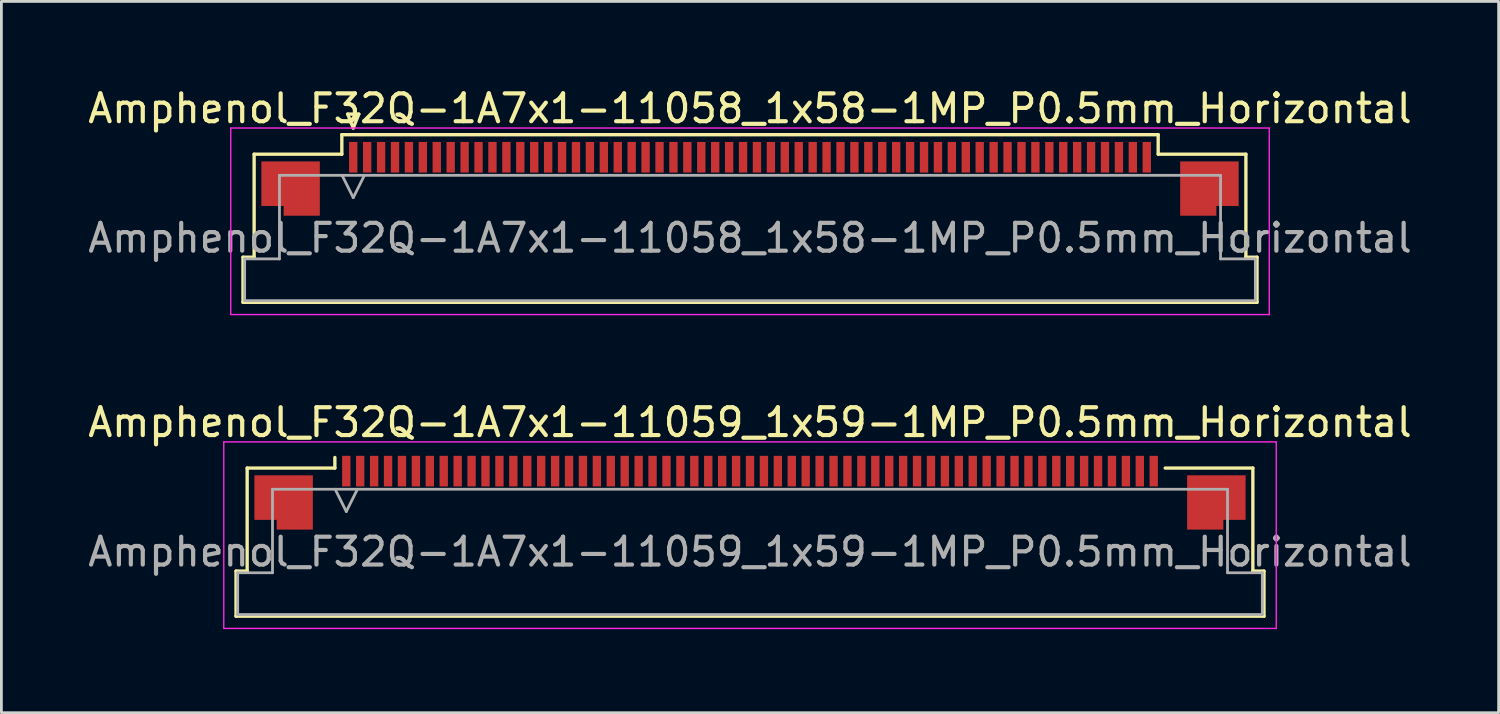
<source format=kicad_pcb>
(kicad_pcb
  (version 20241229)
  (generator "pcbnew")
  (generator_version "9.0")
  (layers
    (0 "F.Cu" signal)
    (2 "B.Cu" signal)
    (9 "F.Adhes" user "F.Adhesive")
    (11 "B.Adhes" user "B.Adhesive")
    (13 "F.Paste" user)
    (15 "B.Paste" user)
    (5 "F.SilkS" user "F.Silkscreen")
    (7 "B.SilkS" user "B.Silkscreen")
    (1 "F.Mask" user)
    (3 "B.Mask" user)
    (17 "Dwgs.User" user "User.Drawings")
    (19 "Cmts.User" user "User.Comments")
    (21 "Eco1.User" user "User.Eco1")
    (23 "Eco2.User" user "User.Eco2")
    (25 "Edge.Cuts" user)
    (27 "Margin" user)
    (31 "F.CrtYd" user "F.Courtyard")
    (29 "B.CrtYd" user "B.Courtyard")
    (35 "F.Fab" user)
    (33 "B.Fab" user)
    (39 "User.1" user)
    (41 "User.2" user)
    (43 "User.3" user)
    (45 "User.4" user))
  (footprint "Amphenol_F32Q-1A7x1-11059_1x59-1MP_P0.5mm_Horizontal"
    (layer "F.Cu")
    (at 23.887 16.771)
    (property "Reference" "Amphenol_F32Q-1A7x1-11059_1x59-1MP_P0.5mm_Horizontal" (at 0 -4.65 0) (layer "F.SilkS") (effects (font (size 1 1) (thickness 0.15))))
    (attr smd)
    (fp_line (start -18.46 0.69) (end -18.06 0.69) (stroke (width 0.12) (type solid)) (layer "F.SilkS"))
    (fp_line (start -18.46 2.31) (end -18.46 0.69) (stroke (width 0.12) (type solid)) (layer "F.SilkS"))
    (fp_line (start -18.06 -3.01) (end -14.91 -3.01) (stroke (width 0.12) (type solid)) (layer "F.SilkS"))
    (fp_line (start -18.06 0.69) (end -18.06 -3.01) (stroke (width 0.12) (type solid)) (layer "F.SilkS"))
    (fp_line (start -14.91 -3.01) (end -14.91 -3.39) (stroke (width 0.12) (type solid)) (layer "F.SilkS"))
    (fp_line (start 14.91 -3.01) (end 18.06 -3.01) (stroke (width 0.12) (type solid)) (layer "F.SilkS"))
    (fp_line (start 18.06 -3.01) (end 18.06 0.69) (stroke (width 0.12) (type solid)) (layer "F.SilkS"))
    (fp_line (start 18.06 0.69) (end 18.46 0.69) (stroke (width 0.12) (type solid)) (layer "F.SilkS"))
    (fp_line (start 18.46 0.69) (end 18.46 2.31) (stroke (width 0.12) (type solid)) (layer "F.SilkS"))
    (fp_line (start 18.46 2.31) (end -18.46 2.31) (stroke (width 0.12) (type solid)) (layer "F.SilkS"))
    (fp_line (start -18.9 -3.95) (end -18.9 2.75) (stroke (width 0.05) (type solid)) (layer "F.CrtYd"))
    (fp_line (start -18.9 2.75) (end 18.9 2.75) (stroke (width 0.05) (type solid)) (layer "F.CrtYd"))
    (fp_line (start 18.9 -3.95) (end -18.9 -3.95) (stroke (width 0.05) (type solid)) (layer "F.CrtYd"))
    (fp_line (start 18.9 2.75) (end 18.9 -3.95) (stroke (width 0.05) (type solid)) (layer "F.CrtYd"))
    (fp_line (start -18.4 0.75) (end -17.15 0.75) (stroke (width 0.1) (type solid)) (layer "F.Fab"))
    (fp_line (start -18.4 2.25) (end -18.4 0.75) (stroke (width 0.1) (type solid)) (layer "F.Fab"))
    (fp_line (start -17.15 -2.25) (end 17.15 -2.25) (stroke (width 0.1) (type solid)) (layer "F.Fab"))
    (fp_line (start -17.15 0.75) (end -17.15 -2.25) (stroke (width 0.1) (type solid)) (layer "F.Fab"))
    (fp_line (start -14.9 -2.25) (end -14.5 -1.45) (stroke (width 0.1) (type solid)) (layer "F.Fab"))
    (fp_line (start -14.5 -1.45) (end -14.1 -2.25) (stroke (width 0.1) (type solid)) (layer "F.Fab"))
    (fp_line (start 17.15 -2.25) (end 17.15 0.75) (stroke (width 0.1) (type solid)) (layer "F.Fab"))
    (fp_line (start 17.15 0.75) (end 18.4 0.75) (stroke (width 0.1) (type solid)) (layer "F.Fab"))
    (fp_line (start 18.4 0.75) (end 18.4 2.25) (stroke (width 0.1) (type solid)) (layer "F.Fab"))
    (fp_line (start 18.4 2.25) (end -18.4 2.25) (stroke (width 0.1) (type solid)) (layer "F.Fab"))
    (fp_text user "${REFERENCE}" (at 0 0 0) (layer "F.Fab") (effects (font (size 1 1) (thickness 0.15))))
    (pad "1" smd rect (at -14.5 -2.9) (size 0.3 1.1) (layers "F.Cu" "F.Mask" "F.Paste"))
    (pad "2" smd rect (at -14 -2.9) (size 0.3 1.1) (layers "F.Cu" "F.Mask" "F.Paste"))
    (pad "3" smd rect (at -13.5 -2.9) (size 0.3 1.1) (layers "F.Cu" "F.Mask" "F.Paste"))
    (pad "4" smd rect (at -13 -2.9) (size 0.3 1.1) (layers "F.Cu" "F.Mask" "F.Paste"))
    (pad "5" smd rect (at -12.5 -2.9) (size 0.3 1.1) (layers "F.Cu" "F.Mask" "F.Paste"))
    (pad "6" smd rect (at -12 -2.9) (size 0.3 1.1) (layers "F.Cu" "F.Mask" "F.Paste"))
    (pad "7" smd rect (at -11.5 -2.9) (size 0.3 1.1) (layers "F.Cu" "F.Mask" "F.Paste"))
    (pad "8" smd rect (at -11 -2.9) (size 0.3 1.1) (layers "F.Cu" "F.Mask" "F.Paste"))
    (pad "9" smd rect (at -10.5 -2.9) (size 0.3 1.1) (layers "F.Cu" "F.Mask" "F.Paste"))
    (pad "10" smd rect (at -10 -2.9) (size 0.3 1.1) (layers "F.Cu" "F.Mask" "F.Paste"))
    (pad "11" smd rect (at -9.5 -2.9) (size 0.3 1.1) (layers "F.Cu" "F.Mask" "F.Paste"))
    (pad "12" smd rect (at -9 -2.9) (size 0.3 1.1) (layers "F.Cu" "F.Mask" "F.Paste"))
    (pad "13" smd rect (at -8.5 -2.9) (size 0.3 1.1) (layers "F.Cu" "F.Mask" "F.Paste"))
    (pad "14" smd rect (at -8 -2.9) (size 0.3 1.1) (layers "F.Cu" "F.Mask" "F.Paste"))
    (pad "15" smd rect (at -7.5 -2.9) (size 0.3 1.1) (layers "F.Cu" "F.Mask" "F.Paste"))
    (pad "16" smd rect (at -7 -2.9) (size 0.3 1.1) (layers "F.Cu" "F.Mask" "F.Paste"))
    (pad "17" smd rect (at -6.5 -2.9) (size 0.3 1.1) (layers "F.Cu" "F.Mask" "F.Paste"))
    (pad "18" smd rect (at -6 -2.9) (size 0.3 1.1) (layers "F.Cu" "F.Mask" "F.Paste"))
    (pad "19" smd rect (at -5.5 -2.9) (size 0.3 1.1) (layers "F.Cu" "F.Mask" "F.Paste"))
    (pad "20" smd rect (at -5 -2.9) (size 0.3 1.1) (layers "F.Cu" "F.Mask" "F.Paste"))
    (pad "21" smd rect (at -4.5 -2.9) (size 0.3 1.1) (layers "F.Cu" "F.Mask" "F.Paste"))
    (pad "22" smd rect (at -4 -2.9) (size 0.3 1.1) (layers "F.Cu" "F.Mask" "F.Paste"))
    (pad "23" smd rect (at -3.5 -2.9) (size 0.3 1.1) (layers "F.Cu" "F.Mask" "F.Paste"))
    (pad "24" smd rect (at -3 -2.9) (size 0.3 1.1) (layers "F.Cu" "F.Mask" "F.Paste"))
    (pad "25" smd rect (at -2.5 -2.9) (size 0.3 1.1) (layers "F.Cu" "F.Mask" "F.Paste"))
    (pad "26" smd rect (at -2 -2.9) (size 0.3 1.1) (layers "F.Cu" "F.Mask" "F.Paste"))
    (pad "27" smd rect (at -1.5 -2.9) (size 0.3 1.1) (layers "F.Cu" "F.Mask" "F.Paste"))
    (pad "28" smd rect (at -1 -2.9) (size 0.3 1.1) (layers "F.Cu" "F.Mask" "F.Paste"))
    (pad "29" smd rect (at -0.5 -2.9) (size 0.3 1.1) (layers "F.Cu" "F.Mask" "F.Paste"))
    (pad "30" smd rect (at 0 -2.9) (size 0.3 1.1) (layers "F.Cu" "F.Mask" "F.Paste"))
    (pad "31" smd rect (at 0.5 -2.9) (size 0.3 1.1) (layers "F.Cu" "F.Mask" "F.Paste"))
    (pad "32" smd rect (at 1 -2.9) (size 0.3 1.1) (layers "F.Cu" "F.Mask" "F.Paste"))
    (pad "33" smd rect (at 1.5 -2.9) (size 0.3 1.1) (layers "F.Cu" "F.Mask" "F.Paste"))
    (pad "34" smd rect (at 2 -2.9) (size 0.3 1.1) (layers "F.Cu" "F.Mask" "F.Paste"))
    (pad "35" smd rect (at 2.5 -2.9) (size 0.3 1.1) (layers "F.Cu" "F.Mask" "F.Paste"))
    (pad "36" smd rect (at 3 -2.9) (size 0.3 1.1) (layers "F.Cu" "F.Mask" "F.Paste"))
    (pad "37" smd rect (at 3.5 -2.9) (size 0.3 1.1) (layers "F.Cu" "F.Mask" "F.Paste"))
    (pad "38" smd rect (at 4 -2.9) (size 0.3 1.1) (layers "F.Cu" "F.Mask" "F.Paste"))
    (pad "39" smd rect (at 4.5 -2.9) (size 0.3 1.1) (layers "F.Cu" "F.Mask" "F.Paste"))
    (pad "40" smd rect (at 5 -2.9) (size 0.3 1.1) (layers "F.Cu" "F.Mask" "F.Paste"))
    (pad "41" smd rect (at 5.5 -2.9) (size 0.3 1.1) (layers "F.Cu" "F.Mask" "F.Paste"))
    (pad "42" smd rect (at 6 -2.9) (size 0.3 1.1) (layers "F.Cu" "F.Mask" "F.Paste"))
    (pad "43" smd rect (at 6.5 -2.9) (size 0.3 1.1) (layers "F.Cu" "F.Mask" "F.Paste"))
    (pad "44" smd rect (at 7 -2.9) (size 0.3 1.1) (layers "F.Cu" "F.Mask" "F.Paste"))
    (pad "45" smd rect (at 7.5 -2.9) (size 0.3 1.1) (layers "F.Cu" "F.Mask" "F.Paste"))
    (pad "46" smd rect (at 8 -2.9) (size 0.3 1.1) (layers "F.Cu" "F.Mask" "F.Paste"))
    (pad "47" smd rect (at 8.5 -2.9) (size 0.3 1.1) (layers "F.Cu" "F.Mask" "F.Paste"))
    (pad "48" smd rect (at 9 -2.9) (size 0.3 1.1) (layers "F.Cu" "F.Mask" "F.Paste"))
    (pad "49" smd rect (at 9.5 -2.9) (size 0.3 1.1) (layers "F.Cu" "F.Mask" "F.Paste"))
    (pad "50" smd rect (at 10 -2.9) (size 0.3 1.1) (layers "F.Cu" "F.Mask" "F.Paste"))
    (pad "51" smd rect (at 10.5 -2.9) (size 0.3 1.1) (layers "F.Cu" "F.Mask" "F.Paste"))
    (pad "52" smd rect (at 11 -2.9) (size 0.3 1.1) (layers "F.Cu" "F.Mask" "F.Paste"))
    (pad "53" smd rect (at 11.5 -2.9) (size 0.3 1.1) (layers "F.Cu" "F.Mask" "F.Paste"))
    (pad "54" smd rect (at 12 -2.9) (size 0.3 1.1) (layers "F.Cu" "F.Mask" "F.Paste"))
    (pad "55" smd rect (at 12.5 -2.9) (size 0.3 1.1) (layers "F.Cu" "F.Mask" "F.Paste"))
    (pad "56" smd rect (at 13 -2.9) (size 0.3 1.1) (layers "F.Cu" "F.Mask" "F.Paste"))
    (pad "57" smd rect (at 13.5 -2.9) (size 0.3 1.1) (layers "F.Cu" "F.Mask" "F.Paste"))
    (pad "58" smd rect (at 14 -2.9) (size 0.3 1.1) (layers "F.Cu" "F.Mask" "F.Paste"))
    (pad "59" smd rect (at 14.5 -2.9) (size 0.3 1.1) (layers "F.Cu" "F.Mask" "F.Paste"))
    (pad "MP" smd custom (at -16.75 -1.775) (size 1 1) (layers "F.Cu" "F.Mask" "F.Paste") (options (anchor circle)) (primitives (gr_poly (pts (xy 1.05 -0.975) (xy 1.05 0.975) (xy -0.25 0.975) (xy -0.25 0.625) (xy -1.05 0.625) (xy -1.05 -0.975) (xy 1.05 -0.975)) (width 0) (fill yes))))
    (pad "MP" smd custom (at 16.75 -1.775) (size 1 1) (layers "F.Cu" "F.Mask" "F.Paste") (options (anchor circle)) (primitives (gr_poly (pts (xy -1.05 -0.975) (xy -1.05 0.975) (xy 0.25 0.975) (xy 0.25 0.625) (xy 1.05 0.625) (xy 1.05 -0.975) (xy -1.05 -0.975)) (width 0) (fill yes)))))
  (footprint "Amphenol_F32Q-1A7x1-11058_1x58-1MP_P0.5mm_Horizontal"
    (layer "F.Cu")
    (at 23.887 5.498)
    (property "Reference" "Amphenol_F32Q-1A7x1-11058_1x58-1MP_P0.5mm_Horizontal" (at 0 -4.65 0) (layer "F.SilkS") (effects (font (size 1 1) (thickness 0.15))))
    (attr smd)
    (fp_line (start -18.21 0.69) (end -17.81 0.69) (stroke (width 0.12) (type solid)) (layer "F.SilkS"))
    (fp_line (start -18.21 2.31) (end -18.21 0.69) (stroke (width 0.12) (type solid)) (layer "F.SilkS"))
    (fp_line (start -17.81 -3.01) (end -14.66 -3.01) (stroke (width 0.12) (type solid)) (layer "F.SilkS"))
    (fp_line (start -17.81 0.69) (end -17.81 -3.01) (stroke (width 0.12) (type solid)) (layer "F.SilkS"))
    (fp_line (start -14.66 -3.71) (end 14.66 -3.71) (stroke (width 0.12) (type solid)) (layer "F.SilkS"))
    (fp_line (start -14.66 -3.01) (end -14.66 -3.71) (stroke (width 0.12) (type solid)) (layer "F.SilkS"))
    (fp_line (start -14.45 -4.45) (end -14.25 -3.95) (stroke (width 0.12) (type solid)) (layer "F.SilkS"))
    (fp_line (start -14.25 -3.95) (end -14.05 -4.45) (stroke (width 0.12) (type solid)) (layer "F.SilkS"))
    (fp_line (start -14.05 -4.45) (end -14.45 -4.45) (stroke (width 0.12) (type solid)) (layer "F.SilkS"))
    (fp_line (start 14.66 -3.71) (end 14.66 -3.01) (stroke (width 0.12) (type solid)) (layer "F.SilkS"))
    (fp_line (start 14.66 -3.01) (end 17.81 -3.01) (stroke (width 0.12) (type solid)) (layer "F.SilkS"))
    (fp_line (start 17.81 -3.01) (end 17.81 0.69) (stroke (width 0.12) (type solid)) (layer "F.SilkS"))
    (fp_line (start 17.81 0.69) (end 18.21 0.69) (stroke (width 0.12) (type solid)) (layer "F.SilkS"))
    (fp_line (start 18.21 0.69) (end 18.21 2.31) (stroke (width 0.12) (type solid)) (layer "F.SilkS"))
    (fp_line (start 18.21 2.31) (end -18.21 2.31) (stroke (width 0.12) (type solid)) (layer "F.SilkS"))
    (fp_line (start -18.65 -3.95) (end -18.65 2.75) (stroke (width 0.05) (type solid)) (layer "F.CrtYd"))
    (fp_line (start -18.65 2.75) (end 18.65 2.75) (stroke (width 0.05) (type solid)) (layer "F.CrtYd"))
    (fp_line (start 18.65 -3.95) (end -18.65 -3.95) (stroke (width 0.05) (type solid)) (layer "F.CrtYd"))
    (fp_line (start 18.65 2.75) (end 18.65 -3.95) (stroke (width 0.05) (type solid)) (layer "F.CrtYd"))
    (fp_line (start -18.15 0.75) (end -16.9 0.75) (stroke (width 0.1) (type solid)) (layer "F.Fab"))
    (fp_line (start -18.15 2.25) (end -18.15 0.75) (stroke (width 0.1) (type solid)) (layer "F.Fab"))
    (fp_line (start -16.9 -2.25) (end 16.9 -2.25) (stroke (width 0.1) (type solid)) (layer "F.Fab"))
    (fp_line (start -16.9 0.75) (end -16.9 -2.25) (stroke (width 0.1) (type solid)) (layer "F.Fab"))
    (fp_line (start -14.65 -2.25) (end -14.25 -1.45) (stroke (width 0.1) (type solid)) (layer "F.Fab"))
    (fp_line (start -14.25 -1.45) (end -13.85 -2.25) (stroke (width 0.1) (type solid)) (layer "F.Fab"))
    (fp_line (start 16.9 -2.25) (end 16.9 0.75) (stroke (width 0.1) (type solid)) (layer "F.Fab"))
    (fp_line (start 16.9 0.75) (end 18.15 0.75) (stroke (width 0.1) (type solid)) (layer "F.Fab"))
    (fp_line (start 18.15 0.75) (end 18.15 2.25) (stroke (width 0.1) (type solid)) (layer "F.Fab"))
    (fp_line (start 18.15 2.25) (end -18.15 2.25) (stroke (width 0.1) (type solid)) (layer "F.Fab"))
    (fp_text user "${REFERENCE}" (at 0 0 0) (layer "F.Fab") (effects (font (size 1 1) (thickness 0.15))))
    (pad "1" smd rect (at -14.25 -2.9) (size 0.3 1.1) (layers "F.Cu" "F.Mask" "F.Paste"))
    (pad "2" smd rect (at -13.75 -2.9) (size 0.3 1.1) (layers "F.Cu" "F.Mask" "F.Paste"))
    (pad "3" smd rect (at -13.25 -2.9) (size 0.3 1.1) (layers "F.Cu" "F.Mask" "F.Paste"))
    (pad "4" smd rect (at -12.75 -2.9) (size 0.3 1.1) (layers "F.Cu" "F.Mask" "F.Paste"))
    (pad "5" smd rect (at -12.25 -2.9) (size 0.3 1.1) (layers "F.Cu" "F.Mask" "F.Paste"))
    (pad "6" smd rect (at -11.75 -2.9) (size 0.3 1.1) (layers "F.Cu" "F.Mask" "F.Paste"))
    (pad "7" smd rect (at -11.25 -2.9) (size 0.3 1.1) (layers "F.Cu" "F.Mask" "F.Paste"))
    (pad "8" smd rect (at -10.75 -2.9) (size 0.3 1.1) (layers "F.Cu" "F.Mask" "F.Paste"))
    (pad "9" smd rect (at -10.25 -2.9) (size 0.3 1.1) (layers "F.Cu" "F.Mask" "F.Paste"))
    (pad "10" smd rect (at -9.75 -2.9) (size 0.3 1.1) (layers "F.Cu" "F.Mask" "F.Paste"))
    (pad "11" smd rect (at -9.25 -2.9) (size 0.3 1.1) (layers "F.Cu" "F.Mask" "F.Paste"))
    (pad "12" smd rect (at -8.75 -2.9) (size 0.3 1.1) (layers "F.Cu" "F.Mask" "F.Paste"))
    (pad "13" smd rect (at -8.25 -2.9) (size 0.3 1.1) (layers "F.Cu" "F.Mask" "F.Paste"))
    (pad "14" smd rect (at -7.75 -2.9) (size 0.3 1.1) (layers "F.Cu" "F.Mask" "F.Paste"))
    (pad "15" smd rect (at -7.25 -2.9) (size 0.3 1.1) (layers "F.Cu" "F.Mask" "F.Paste"))
    (pad "16" smd rect (at -6.75 -2.9) (size 0.3 1.1) (layers "F.Cu" "F.Mask" "F.Paste"))
    (pad "17" smd rect (at -6.25 -2.9) (size 0.3 1.1) (layers "F.Cu" "F.Mask" "F.Paste"))
    (pad "18" smd rect (at -5.75 -2.9) (size 0.3 1.1) (layers "F.Cu" "F.Mask" "F.Paste"))
    (pad "19" smd rect (at -5.25 -2.9) (size 0.3 1.1) (layers "F.Cu" "F.Mask" "F.Paste"))
    (pad "20" smd rect (at -4.75 -2.9) (size 0.3 1.1) (layers "F.Cu" "F.Mask" "F.Paste"))
    (pad "21" smd rect (at -4.25 -2.9) (size 0.3 1.1) (layers "F.Cu" "F.Mask" "F.Paste"))
    (pad "22" smd rect (at -3.75 -2.9) (size 0.3 1.1) (layers "F.Cu" "F.Mask" "F.Paste"))
    (pad "23" smd rect (at -3.25 -2.9) (size 0.3 1.1) (layers "F.Cu" "F.Mask" "F.Paste"))
    (pad "24" smd rect (at -2.75 -2.9) (size 0.3 1.1) (layers "F.Cu" "F.Mask" "F.Paste"))
    (pad "25" smd rect (at -2.25 -2.9) (size 0.3 1.1) (layers "F.Cu" "F.Mask" "F.Paste"))
    (pad "26" smd rect (at -1.75 -2.9) (size 0.3 1.1) (layers "F.Cu" "F.Mask" "F.Paste"))
    (pad "27" smd rect (at -1.25 -2.9) (size 0.3 1.1) (layers "F.Cu" "F.Mask" "F.Paste"))
    (pad "28" smd rect (at -0.75 -2.9) (size 0.3 1.1) (layers "F.Cu" "F.Mask" "F.Paste"))
    (pad "29" smd rect (at -0.25 -2.9) (size 0.3 1.1) (layers "F.Cu" "F.Mask" "F.Paste"))
    (pad "30" smd rect (at 0.25 -2.9) (size 0.3 1.1) (layers "F.Cu" "F.Mask" "F.Paste"))
    (pad "31" smd rect (at 0.75 -2.9) (size 0.3 1.1) (layers "F.Cu" "F.Mask" "F.Paste"))
    (pad "32" smd rect (at 1.25 -2.9) (size 0.3 1.1) (layers "F.Cu" "F.Mask" "F.Paste"))
    (pad "33" smd rect (at 1.75 -2.9) (size 0.3 1.1) (layers "F.Cu" "F.Mask" "F.Paste"))
    (pad "34" smd rect (at 2.25 -2.9) (size 0.3 1.1) (layers "F.Cu" "F.Mask" "F.Paste"))
    (pad "35" smd rect (at 2.75 -2.9) (size 0.3 1.1) (layers "F.Cu" "F.Mask" "F.Paste"))
    (pad "36" smd rect (at 3.25 -2.9) (size 0.3 1.1) (layers "F.Cu" "F.Mask" "F.Paste"))
    (pad "37" smd rect (at 3.75 -2.9) (size 0.3 1.1) (layers "F.Cu" "F.Mask" "F.Paste"))
    (pad "38" smd rect (at 4.25 -2.9) (size 0.3 1.1) (layers "F.Cu" "F.Mask" "F.Paste"))
    (pad "39" smd rect (at 4.75 -2.9) (size 0.3 1.1) (layers "F.Cu" "F.Mask" "F.Paste"))
    (pad "40" smd rect (at 5.25 -2.9) (size 0.3 1.1) (layers "F.Cu" "F.Mask" "F.Paste"))
    (pad "41" smd rect (at 5.75 -2.9) (size 0.3 1.1) (layers "F.Cu" "F.Mask" "F.Paste"))
    (pad "42" smd rect (at 6.25 -2.9) (size 0.3 1.1) (layers "F.Cu" "F.Mask" "F.Paste"))
    (pad "43" smd rect (at 6.75 -2.9) (size 0.3 1.1) (layers "F.Cu" "F.Mask" "F.Paste"))
    (pad "44" smd rect (at 7.25 -2.9) (size 0.3 1.1) (layers "F.Cu" "F.Mask" "F.Paste"))
    (pad "45" smd rect (at 7.75 -2.9) (size 0.3 1.1) (layers "F.Cu" "F.Mask" "F.Paste"))
    (pad "46" smd rect (at 8.25 -2.9) (size 0.3 1.1) (layers "F.Cu" "F.Mask" "F.Paste"))
    (pad "47" smd rect (at 8.75 -2.9) (size 0.3 1.1) (layers "F.Cu" "F.Mask" "F.Paste"))
    (pad "48" smd rect (at 9.25 -2.9) (size 0.3 1.1) (layers "F.Cu" "F.Mask" "F.Paste"))
    (pad "49" smd rect (at 9.75 -2.9) (size 0.3 1.1) (layers "F.Cu" "F.Mask" "F.Paste"))
    (pad "50" smd rect (at 10.25 -2.9) (size 0.3 1.1) (layers "F.Cu" "F.Mask" "F.Paste"))
    (pad "51" smd rect (at 10.75 -2.9) (size 0.3 1.1) (layers "F.Cu" "F.Mask" "F.Paste"))
    (pad "52" smd rect (at 11.25 -2.9) (size 0.3 1.1) (layers "F.Cu" "F.Mask" "F.Paste"))
    (pad "53" smd rect (at 11.75 -2.9) (size 0.3 1.1) (layers "F.Cu" "F.Mask" "F.Paste"))
    (pad "54" smd rect (at 12.25 -2.9) (size 0.3 1.1) (layers "F.Cu" "F.Mask" "F.Paste"))
    (pad "55" smd rect (at 12.75 -2.9) (size 0.3 1.1) (layers "F.Cu" "F.Mask" "F.Paste"))
    (pad "56" smd rect (at 13.25 -2.9) (size 0.3 1.1) (layers "F.Cu" "F.Mask" "F.Paste"))
    (pad "57" smd rect (at 13.75 -2.9) (size 0.3 1.1) (layers "F.Cu" "F.Mask" "F.Paste"))
    (pad "58" smd rect (at 14.25 -2.9) (size 0.3 1.1) (layers "F.Cu" "F.Mask" "F.Paste"))
    (pad "MP" smd custom (at -16.5 -1.775) (size 1 1) (layers "F.Cu" "F.Mask" "F.Paste") (options (anchor circle)) (primitives (gr_poly (pts (xy 1.05 -0.975) (xy 1.05 0.975) (xy -0.25 0.975) (xy -0.25 0.625) (xy -1.05 0.625) (xy -1.05 -0.975) (xy 1.05 -0.975)) (width 0) (fill yes))))
    (pad "MP" smd custom (at 16.5 -1.775) (size 1 1) (layers "F.Cu" "F.Mask" "F.Paste") (options (anchor circle)) (primitives (gr_poly (pts (xy -1.05 -0.975) (xy -1.05 0.975) (xy 0.25 0.975) (xy 0.25 0.625) (xy 1.05 0.625) (xy 1.05 -0.975) (xy -1.05 -0.975)) (width 0) (fill yes)))))
  (gr_rect
    (start -3 -3)
    (end 50.774 22.547)
    (stroke (width 0.1) (type default))
    (fill no)
    (layer "Edge.Cuts")))
</source>
